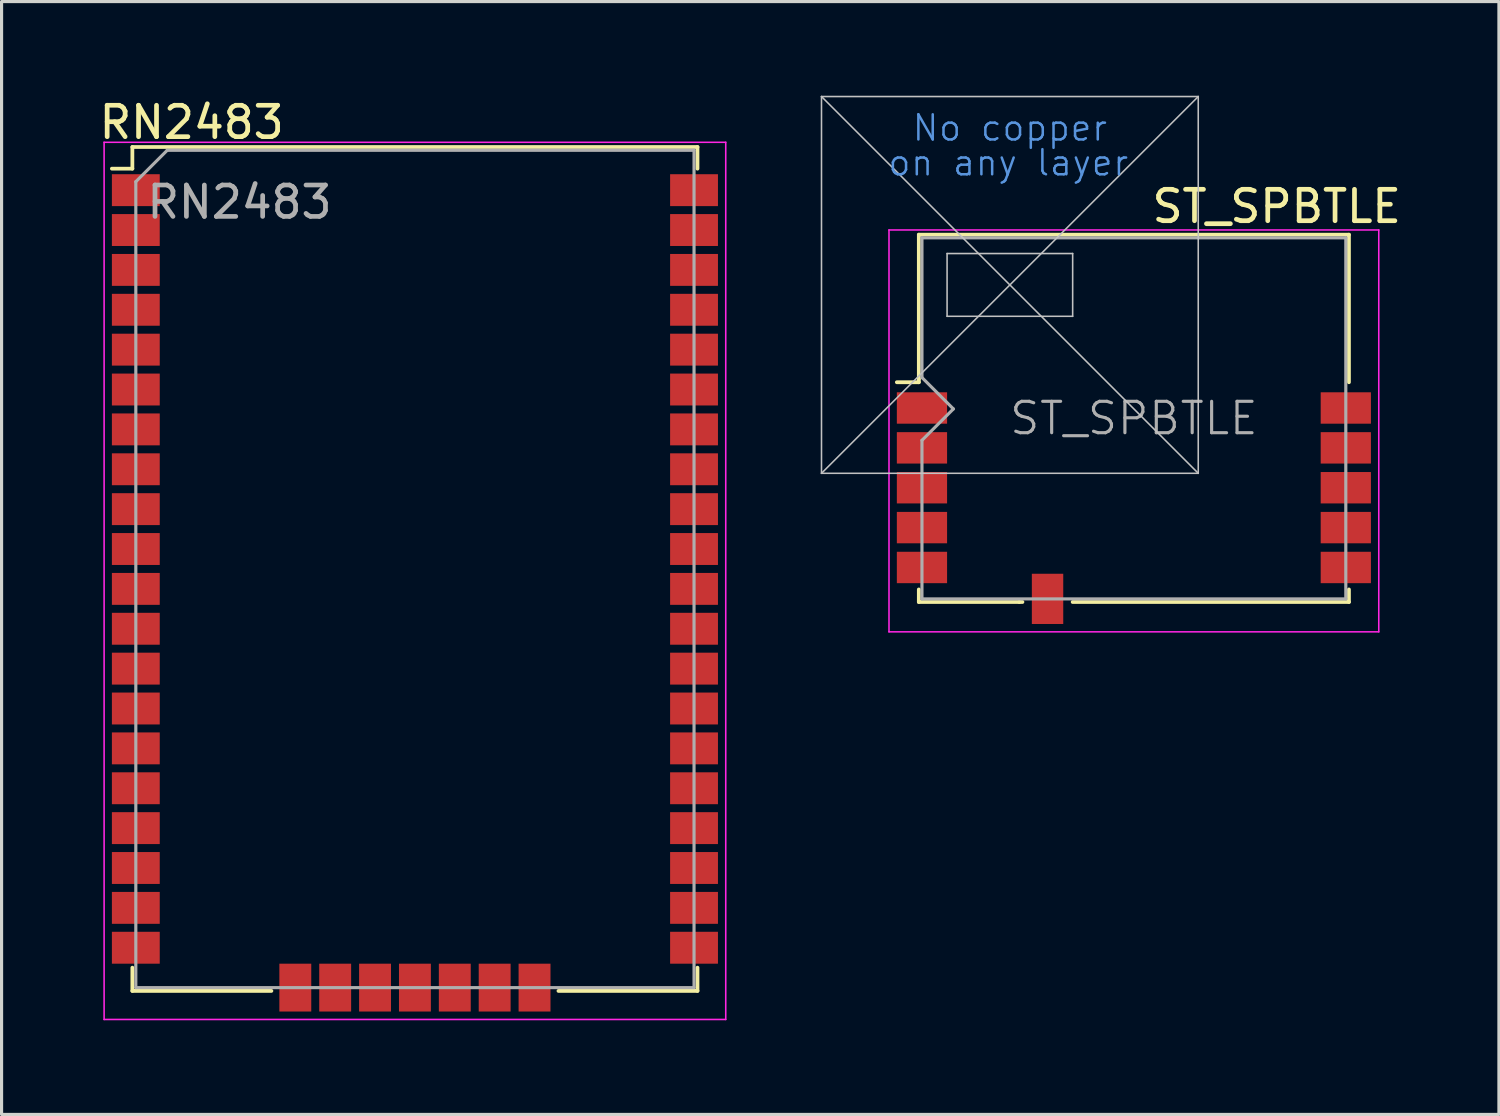
<source format=kicad_pcb>
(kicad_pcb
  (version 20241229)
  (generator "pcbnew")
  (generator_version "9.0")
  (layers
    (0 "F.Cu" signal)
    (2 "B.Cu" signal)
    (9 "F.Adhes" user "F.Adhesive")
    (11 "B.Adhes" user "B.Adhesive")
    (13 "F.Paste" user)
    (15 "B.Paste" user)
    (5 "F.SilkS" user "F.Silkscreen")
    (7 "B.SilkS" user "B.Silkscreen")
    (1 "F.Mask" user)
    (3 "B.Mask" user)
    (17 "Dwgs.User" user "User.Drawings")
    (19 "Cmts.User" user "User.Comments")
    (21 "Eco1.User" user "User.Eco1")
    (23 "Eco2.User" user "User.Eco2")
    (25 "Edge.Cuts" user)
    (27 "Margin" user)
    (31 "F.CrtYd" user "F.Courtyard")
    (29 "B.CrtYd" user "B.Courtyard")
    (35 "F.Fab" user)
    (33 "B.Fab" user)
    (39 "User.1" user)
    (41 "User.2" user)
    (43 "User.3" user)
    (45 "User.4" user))
  (footprint "RN2483"
    (layer "F.Cu")
    (at 10.166 15.072)
    (property "Reference" "RN2483" (at -7.112 -14.224 0) (layer "F.SilkS") (effects (font (size 1 1) (thickness 0.15))))
    (attr smd)
    (fp_line (start -9 -13.44) (end 9 -13.44) (stroke (width 0.12) (type solid)) (layer "F.SilkS"))
    (fp_line (start -9 -12.75) (end -9.652 -12.75) (stroke (width 0.12) (type solid)) (layer "F.SilkS"))
    (fp_line (start -9 -12.75) (end -9 -13.44) (stroke (width 0.12) (type solid)) (layer "F.SilkS"))
    (fp_line (start -9 12.7) (end -9 13.44) (stroke (width 0.12) (type solid)) (layer "F.SilkS"))
    (fp_line (start -9 13.44) (end -4.572 13.44) (stroke (width 0.12) (type solid)) (layer "F.SilkS"))
    (fp_line (start 4.572 13.44) (end 9 13.44) (stroke (width 0.12) (type solid)) (layer "F.SilkS"))
    (fp_line (start 9 -13.44) (end 9 -12.75) (stroke (width 0.12) (type solid)) (layer "F.SilkS"))
    (fp_line (start 9 13.44) (end 9 12.7) (stroke (width 0.12) (type solid)) (layer "F.SilkS"))
    (fp_line (start -9.9 -13.59) (end 9.9 -13.59) (stroke (width 0.05) (type solid)) (layer "F.CrtYd"))
    (fp_line (start -9.9 14.35) (end -9.9 -13.59) (stroke (width 0.05) (type solid)) (layer "F.CrtYd"))
    (fp_line (start 9.9 -13.59) (end 9.9 14.35) (stroke (width 0.05) (type solid)) (layer "F.CrtYd"))
    (fp_line (start 9.9 14.35) (end -9.9 14.35) (stroke (width 0.05) (type solid)) (layer "F.CrtYd"))
    (fp_line (start -8.89 13.335) (end -8.89 -12.335) (stroke (width 0.1) (type solid)) (layer "F.Fab"))
    (fp_line (start -7.89 -13.335) (end -8.89 -12.335) (stroke (width 0.1) (type solid)) (layer "F.Fab"))
    (fp_line (start -7.89 -13.335) (end 8.89 -13.335) (stroke (width 0.1) (type solid)) (layer "F.Fab"))
    (fp_line (start 8.89 -13.335) (end 8.89 13.335) (stroke (width 0.1) (type solid)) (layer "F.Fab"))
    (fp_line (start 8.89 13.335) (end -8.89 13.335) (stroke (width 0.1) (type solid)) (layer "F.Fab"))
    (fp_text user "${REFERENCE}" (at -5.588 -11.684 0) (layer "F.Fab") (effects (font (size 1 1) (thickness 0.15))))
    (pad "1" smd rect (at -8.89 -12.065) (size 1.524 1.016) (layers "F.Cu" "F.Mask" "F.Paste"))
    (pad "2" smd rect (at -8.89 -10.795) (size 1.524 1.016) (layers "F.Cu" "F.Mask" "F.Paste"))
    (pad "3" smd rect (at -8.89 -9.525) (size 1.524 1.016) (layers "F.Cu" "F.Mask" "F.Paste"))
    (pad "4" smd rect (at -8.89 -8.255) (size 1.524 1.016) (layers "F.Cu" "F.Mask" "F.Paste"))
    (pad "5" smd rect (at -8.89 -6.985) (size 1.524 1.016) (layers "F.Cu" "F.Mask" "F.Paste"))
    (pad "6" smd rect (at -8.89 -5.715) (size 1.524 1.016) (layers "F.Cu" "F.Mask" "F.Paste"))
    (pad "7" smd rect (at -8.89 -4.445) (size 1.524 1.016) (layers "F.Cu" "F.Mask" "F.Paste"))
    (pad "8" smd rect (at -8.89 -3.175) (size 1.524 1.016) (layers "F.Cu" "F.Mask" "F.Paste"))
    (pad "9" smd rect (at -8.89 -1.905) (size 1.524 1.016) (layers "F.Cu" "F.Mask" "F.Paste"))
    (pad "10" smd rect (at -8.89 -0.635) (size 1.524 1.016) (layers "F.Cu" "F.Mask" "F.Paste"))
    (pad "11" smd rect (at -8.89 0.635) (size 1.524 1.016) (layers "F.Cu" "F.Mask" "F.Paste"))
    (pad "12" smd rect (at -8.89 1.905) (size 1.524 1.016) (layers "F.Cu" "F.Mask" "F.Paste"))
    (pad "13" smd rect (at -8.89 3.175) (size 1.524 1.016) (layers "F.Cu" "F.Mask" "F.Paste"))
    (pad "14" smd rect (at -8.89 4.445) (size 1.524 1.016) (layers "F.Cu" "F.Mask" "F.Paste"))
    (pad "15" smd rect (at -8.89 5.715) (size 1.524 1.016) (layers "F.Cu" "F.Mask" "F.Paste"))
    (pad "16" smd rect (at -8.89 6.985) (size 1.524 1.016) (layers "F.Cu" "F.Mask" "F.Paste"))
    (pad "17" smd rect (at -8.89 8.255) (size 1.524 1.016) (layers "F.Cu" "F.Mask" "F.Paste"))
    (pad "18" smd rect (at -8.89 9.525) (size 1.524 1.016) (layers "F.Cu" "F.Mask" "F.Paste"))
    (pad "19" smd rect (at -8.89 10.795) (size 1.524 1.016) (layers "F.Cu" "F.Mask" "F.Paste"))
    (pad "20" smd rect (at -8.89 12.065) (size 1.524 1.016) (layers "F.Cu" "F.Mask" "F.Paste"))
    (pad "21" smd rect (at -3.81 13.335 90) (size 1.524 1.016) (layers "F.Cu" "F.Mask" "F.Paste"))
    (pad "22" smd rect (at -2.54 13.335 90) (size 1.524 1.016) (layers "F.Cu" "F.Mask" "F.Paste"))
    (pad "23" smd rect (at -1.27 13.335 90) (size 1.524 1.016) (layers "F.Cu" "F.Mask" "F.Paste"))
    (pad "24" smd rect (at 0 13.335 90) (size 1.524 1.016) (layers "F.Cu" "F.Mask" "F.Paste"))
    (pad "25" smd rect (at 1.27 13.335 90) (size 1.524 1.016) (layers "F.Cu" "F.Mask" "F.Paste"))
    (pad "26" smd rect (at 2.54 13.335 90) (size 1.524 1.016) (layers "F.Cu" "F.Mask" "F.Paste"))
    (pad "27" smd rect (at 3.81 13.335 90) (size 1.524 1.016) (layers "F.Cu" "F.Mask" "F.Paste"))
    (pad "28" smd rect (at 8.89 12.065) (size 1.524 1.016) (layers "F.Cu" "F.Mask" "F.Paste"))
    (pad "29" smd rect (at 8.89 10.795) (size 1.524 1.016) (layers "F.Cu" "F.Mask" "F.Paste"))
    (pad "30" smd rect (at 8.89 9.525) (size 1.524 1.016) (layers "F.Cu" "F.Mask" "F.Paste"))
    (pad "31" smd rect (at 8.89 8.255) (size 1.524 1.016) (layers "F.Cu" "F.Mask" "F.Paste"))
    (pad "32" smd rect (at 8.89 6.985) (size 1.524 1.016) (layers "F.Cu" "F.Mask" "F.Paste"))
    (pad "33" smd rect (at 8.89 5.715) (size 1.524 1.016) (layers "F.Cu" "F.Mask" "F.Paste"))
    (pad "34" smd rect (at 8.89 4.445) (size 1.524 1.016) (layers "F.Cu" "F.Mask" "F.Paste"))
    (pad "35" smd rect (at 8.89 3.175) (size 1.524 1.016) (layers "F.Cu" "F.Mask" "F.Paste"))
    (pad "36" smd rect (at 8.89 1.905) (size 1.524 1.016) (layers "F.Cu" "F.Mask" "F.Paste"))
    (pad "37" smd rect (at 8.89 0.635) (size 1.524 1.016) (layers "F.Cu" "F.Mask" "F.Paste"))
    (pad "38" smd rect (at 8.89 -0.635) (size 1.524 1.016) (layers "F.Cu" "F.Mask" "F.Paste"))
    (pad "39" smd rect (at 8.89 -1.905) (size 1.524 1.016) (layers "F.Cu" "F.Mask" "F.Paste"))
    (pad "40" smd rect (at 8.89 -3.175) (size 1.524 1.016) (layers "F.Cu" "F.Mask" "F.Paste"))
    (pad "41" smd rect (at 8.89 -4.445) (size 1.524 1.016) (layers "F.Cu" "F.Mask" "F.Paste"))
    (pad "42" smd rect (at 8.89 -5.715) (size 1.524 1.016) (layers "F.Cu" "F.Mask" "F.Paste"))
    (pad "43" smd rect (at 8.89 -6.985) (size 1.524 1.016) (layers "F.Cu" "F.Mask" "F.Paste"))
    (pad "44" smd rect (at 8.89 -8.255) (size 1.524 1.016) (layers "F.Cu" "F.Mask" "F.Paste"))
    (pad "45" smd rect (at 8.89 -9.525) (size 1.524 1.016) (layers "F.Cu" "F.Mask" "F.Paste"))
    (pad "46" smd rect (at 8.89 -10.795) (size 1.524 1.016) (layers "F.Cu" "F.Mask" "F.Paste"))
    (pad "47" smd rect (at 8.89 -12.065) (size 1.524 1.016) (layers "F.Cu" "F.Mask" "F.Paste")))
  (footprint "ST_SPBTLE"
    (layer "F.Cu")
    (at 33.066 13.135)
    (property "Reference" "ST_SPBTLE" (at 4.55 -9.61 0) (layer "F.SilkS") (effects (font (size 1 1) (thickness 0.15))))
    (attr smd)
    (fp_line (start -6.85 -8.71) (end 6.85 -8.71) (stroke (width 0.12) (type solid)) (layer "F.SilkS"))
    (fp_line (start -6.85 -4.11) (end -6.85 -8.71) (stroke (width 0.12) (type solid)) (layer "F.SilkS"))
    (fp_line (start -6.85 -4.11) (end -6.85 -4.01) (stroke (width 0.12) (type solid)) (layer "F.SilkS"))
    (fp_line (start -6.85 -4.01) (end -7.55 -4.01) (stroke (width 0.12) (type solid)) (layer "F.SilkS"))
    (fp_line (start -6.85 2.59) (end -6.85 2.99) (stroke (width 0.12) (type solid)) (layer "F.SilkS"))
    (fp_line (start -6.85 2.99) (end -3.65 2.99) (stroke (width 0.12) (type solid)) (layer "F.SilkS"))
    (fp_line (start -3.65 2.99) (end -3.55 2.99) (stroke (width 0.12) (type solid)) (layer "F.SilkS"))
    (fp_line (start -1.95 2.99) (end 6.85 2.99) (stroke (width 0.12) (type solid)) (layer "F.SilkS"))
    (fp_line (start 6.85 -8.71) (end 6.85 -4.01) (stroke (width 0.12) (type solid)) (layer "F.SilkS"))
    (fp_line (start 6.85 2.99) (end 6.85 2.59) (stroke (width 0.12) (type solid)) (layer "F.SilkS"))
    (fp_line (start -9.95 -13.11) (end 2.05 -1.11) (stroke (width 0.05) (type solid)) (layer "Dwgs.User"))
    (fp_line (start -9.95 -1.11) (end -9.95 -13.11) (stroke (width 0.05) (type solid)) (layer "Dwgs.User"))
    (fp_line (start -5.95 -8.11) (end -1.95 -8.11) (stroke (width 0.05) (type solid)) (layer "Dwgs.User"))
    (fp_line (start -5.95 -6.11) (end -5.95 -8.11) (stroke (width 0.05) (type solid)) (layer "Dwgs.User"))
    (fp_line (start -1.95 -8.11) (end -1.95 -6.11) (stroke (width 0.05) (type solid)) (layer "Dwgs.User"))
    (fp_line (start -1.95 -6.11) (end -5.95 -6.11) (stroke (width 0.05) (type solid)) (layer "Dwgs.User"))
    (fp_line (start 2.05 -13.11) (end -9.95 -13.11) (stroke (width 0.05) (type solid)) (layer "Dwgs.User"))
    (fp_line (start 2.05 -13.11) (end -9.95 -1.11) (stroke (width 0.05) (type solid)) (layer "Dwgs.User"))
    (fp_line (start 2.05 -13.11) (end 2.05 -1.11) (stroke (width 0.05) (type solid)) (layer "Dwgs.User"))
    (fp_line (start 2.05 -1.11) (end -9.95 -1.11) (stroke (width 0.05) (type solid)) (layer "Dwgs.User"))
    (fp_line (start -7.8 3.94) (end -7.8 -8.86) (stroke (width 0.05) (type solid)) (layer "F.CrtYd"))
    (fp_line (start -7.8 3.94) (end 7.8 3.94) (stroke (width 0.05) (type solid)) (layer "F.CrtYd"))
    (fp_line (start 7.8 -8.86) (end -7.8 -8.86) (stroke (width 0.05) (type solid)) (layer "F.CrtYd"))
    (fp_line (start 7.8 -8.86) (end 7.8 3.94) (stroke (width 0.05) (type solid)) (layer "F.CrtYd"))
    (fp_line (start -6.75 -8.61) (end -6.75 -4.16) (stroke (width 0.1) (type solid)) (layer "F.Fab"))
    (fp_line (start -6.75 -2.16) (end -6.75 2.89) (stroke (width 0.1) (type solid)) (layer "F.Fab"))
    (fp_line (start -6.75 -2.16) (end -5.75 -3.16) (stroke (width 0.1) (type solid)) (layer "F.Fab"))
    (fp_line (start -6.75 2.89) (end 6.75 2.89) (stroke (width 0.1) (type solid)) (layer "F.Fab"))
    (fp_line (start -5.75 -3.16) (end -6.75 -4.16) (stroke (width 0.1) (type solid)) (layer "F.Fab"))
    (fp_line (start 6.75 -8.61) (end -6.75 -8.61) (stroke (width 0.1) (type solid)) (layer "F.Fab"))
    (fp_line (start 6.75 2.89) (end 6.75 -8.61) (stroke (width 0.1) (type solid)) (layer "F.Fab"))
    (fp_text user "No copper" (at -3.95 -12.11 0) (layer "Cmts.User") (effects (font (size 0.8 0.8) (thickness 0.08))))
    (fp_text user "on any layer" (at -4 -11 0) (layer "Cmts.User") (effects (font (size 0.8 0.8) (thickness 0.08))))
    (fp_text user "${REFERENCE}" (at 0 -2.86 0) (layer "F.Fab") (effects (font (size 1 1) (thickness 0.1))))
    (pad "1" smd rect (at -6.75 -3.19) (size 1.6 1) (layers "F.Cu" "F.Mask" "F.Paste"))
    (pad "2" smd rect (at -6.75 -1.92) (size 1.6 1) (layers "F.Cu" "F.Mask" "F.Paste"))
    (pad "3" smd rect (at -6.75 -0.65) (size 1.6 1) (layers "F.Cu" "F.Mask" "F.Paste"))
    (pad "4" smd rect (at -6.75 0.62) (size 1.6 1) (layers "F.Cu" "F.Mask" "F.Paste"))
    (pad "5" smd rect (at -6.75 1.89) (size 1.6 1) (layers "F.Cu" "F.Mask" "F.Paste"))
    (pad "6" smd rect (at -2.75 2.89 90) (size 1.6 1) (layers "F.Cu" "F.Mask" "F.Paste"))
    (pad "7" smd rect (at 6.75 1.89) (size 1.6 1) (layers "F.Cu" "F.Mask" "F.Paste"))
    (pad "8" smd rect (at 6.75 0.62) (size 1.6 1) (layers "F.Cu" "F.Mask" "F.Paste"))
    (pad "9" smd rect (at 6.75 -0.65) (size 1.6 1) (layers "F.Cu" "F.Mask" "F.Paste"))
    (pad "10" smd rect (at 6.75 -1.92) (size 1.6 1) (layers "F.Cu" "F.Mask" "F.Paste"))
    (pad "11" smd rect (at 6.75 -3.19) (size 1.6 1) (layers "F.Cu" "F.Mask" "F.Paste")))
  (gr_rect
    (start -3 -3)
    (end 44.693 32.447)
    (stroke (width 0.1) (type default))
    (fill no)
    (layer "Edge.Cuts")))
</source>
